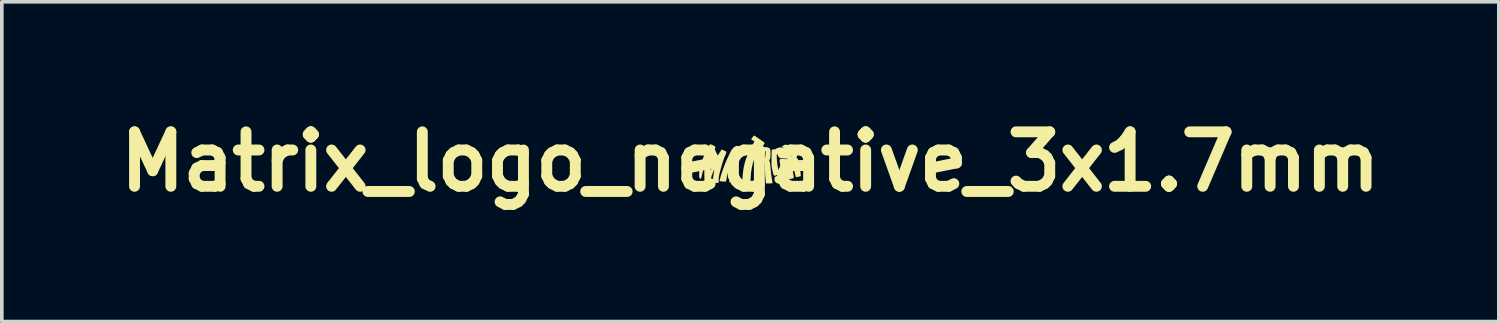
<source format=kicad_pcb>
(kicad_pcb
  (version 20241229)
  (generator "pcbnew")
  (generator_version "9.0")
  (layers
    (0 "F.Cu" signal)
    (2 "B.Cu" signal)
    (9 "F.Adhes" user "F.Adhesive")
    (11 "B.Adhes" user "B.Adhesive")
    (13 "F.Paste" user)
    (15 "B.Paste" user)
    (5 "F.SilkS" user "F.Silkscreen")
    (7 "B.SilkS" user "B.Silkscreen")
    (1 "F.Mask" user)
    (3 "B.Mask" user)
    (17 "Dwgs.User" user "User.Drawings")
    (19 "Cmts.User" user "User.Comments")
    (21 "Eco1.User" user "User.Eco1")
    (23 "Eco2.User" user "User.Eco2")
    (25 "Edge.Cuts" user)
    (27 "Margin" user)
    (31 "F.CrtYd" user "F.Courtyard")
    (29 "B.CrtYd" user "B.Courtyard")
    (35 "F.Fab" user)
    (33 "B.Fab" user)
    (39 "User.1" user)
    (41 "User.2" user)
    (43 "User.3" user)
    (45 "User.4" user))
  (footprint "Matrix_logo_negative_3x1.7mm"
    (layer "F.Cu")
    (at 17.621 1.404)
    (property "Reference" "Matrix_logo_negative_3x1.7mm" (at 0 0 0) (layer "F.SilkS") (effects (font (size 1.5 1.5) (thickness 0.3))))
    (attr board_only exclude_from_pos_files exclude_from_bom)
    (fp_poly (pts (xy 0.768 0.396) (xy 0.792 0.408) (xy 0.816 0.424) (xy 0.834 0.441) (xy 0.852 0.472) (xy 0.86 0.508) (xy 0.856 0.543) (xy 0.843 0.573) (xy 0.82 0.595) (xy 0.817 0.596) (xy 0.791 0.607) (xy 0.768 0.606) (xy 0.741 0.596) (xy 0.736 0.593) (xy 0.701 0.57) (xy 0.68 0.544) (xy 0.669 0.511) (xy 0.666 0.491) (xy 0.666 0.463) (xy 0.669 0.443) (xy 0.678 0.427) (xy 0.68 0.424) (xy 0.696 0.409) (xy 0.71 0.402) (xy 0.711 0.402) (xy 0.729 0.397) (xy 0.734 0.393) (xy 0.747 0.39)) (stroke (width 0) (type solid)) (fill yes) (layer "F.SilkS"))
    (fp_poly (pts (xy 0.111 -0.716) (xy 0.128 -0.709) (xy 0.145 -0.699) (xy 0.155 -0.689) (xy 0.155 -0.687) (xy 0.161 -0.681) (xy 0.164 -0.681) (xy 0.174 -0.676) (xy 0.192 -0.665) (xy 0.215 -0.649) (xy 0.237 -0.633) (xy 0.255 -0.621) (xy 0.263 -0.617) (xy 0.272 -0.612) (xy 0.279 -0.607) (xy 0.302 -0.587) (xy 0.315 -0.578) (xy 0.318 -0.577) (xy 0.329 -0.572) (xy 0.347 -0.56) (xy 0.366 -0.545) (xy 0.383 -0.53) (xy 0.393 -0.518) (xy 0.394 -0.515) (xy 0.39 -0.503) (xy 0.381 -0.484) (xy 0.369 -0.463) (xy 0.358 -0.445) (xy 0.349 -0.435) (xy 0.347 -0.434) (xy 0.338 -0.437) (xy 0.32 -0.446) (xy 0.313 -0.45) (xy 0.298 -0.457) (xy 0.285 -0.461) (xy 0.273 -0.46) (xy 0.262 -0.453) (xy 0.251 -0.438) (xy 0.238 -0.415) (xy 0.223 -0.381) (xy 0.205 -0.336) (xy 0.183 -0.278) (xy 0.164 -0.228) (xy 0.125 -0.122) (xy 0.093 -0.027) (xy 0.067 0.061) (xy 0.047 0.144) (xy 0.032 0.225) (xy 0.02 0.307) (xy 0.013 0.394) (xy 0.008 0.489) (xy 0.006 0.539) (xy 0.002 0.736) (xy -0.113 0.736) (xy -0.228 0.736) (xy -0.223 0.595) (xy -0.217 0.47) (xy -0.208 0.359) (xy -0.197 0.258) (xy -0.182 0.165) (xy -0.163 0.077) (xy -0.141 -0.008) (xy -0.13 -0.044) (xy -0.116 -0.082) (xy -0.096 -0.131) (xy -0.072 -0.188) (xy -0.045 -0.248) (xy -0.016 -0.31) (xy 0.013 -0.37) (xy 0.041 -0.424) (xy 0.065 -0.47) (xy 0.073 -0.483) (xy 0.114 -0.552) (xy 0.091 -0.573) (xy 0.074 -0.586) (xy 0.06 -0.593) (xy 0.058 -0.593) (xy 0.046 -0.598) (xy 0.035 -0.606) (xy 0.028 -0.613) (xy 0.027 -0.621) (xy 0.033 -0.633) (xy 0.047 -0.653) (xy 0.056 -0.665) (xy 0.075 -0.689) (xy 0.09 -0.707) (xy 0.099 -0.716) (xy 0.1 -0.717)) (stroke (width 0) (type solid)) (fill yes) (layer "F.SilkS"))
    (fp_poly (pts (xy -0.354 -0.437) (xy -0.325 -0.43) (xy -0.29 -0.415) (xy -0.255 -0.393) (xy -0.224 -0.368) (xy -0.221 -0.364) (xy -0.206 -0.348) (xy -0.196 -0.337) (xy -0.195 -0.335) (xy -0.198 -0.323) (xy -0.206 -0.3) (xy -0.218 -0.27) (xy -0.231 -0.236) (xy -0.246 -0.203) (xy -0.256 -0.179) (xy -0.27 -0.147) (xy -0.286 -0.104) (xy -0.303 -0.055) (xy -0.319 -0.005) (xy -0.325 0.012) (xy -0.353 0.125) (xy -0.376 0.25) (xy -0.392 0.387) (xy -0.398 0.48) (xy -0.404 0.569) (xy -0.491 0.569) (xy -0.578 0.569) (xy -0.573 0.507) (xy -0.557 0.362) (xy -0.533 0.225) (xy -0.5 0.092) (xy -0.484 0.042) (xy -0.474 0.007) (xy -0.466 -0.023) (xy -0.462 -0.043) (xy -0.462 -0.052) (xy -0.473 -0.059) (xy -0.481 -0.06) (xy -0.489 -0.052) (xy -0.501 -0.031) (xy -0.515 0.001) (xy -0.532 0.043) (xy -0.549 0.093) (xy -0.568 0.149) (xy -0.587 0.208) (xy -0.605 0.27) (xy -0.622 0.331) (xy -0.637 0.391) (xy -0.65 0.447) (xy -0.656 0.478) (xy -0.67 0.549) (xy -0.753 0.547) (xy -0.788 0.545) (xy -0.817 0.542) (xy -0.837 0.539) (xy -0.843 0.537) (xy -0.845 0.526) (xy -0.841 0.501) (xy -0.832 0.464) (xy -0.819 0.416) (xy -0.802 0.36) (xy -0.781 0.296) (xy -0.757 0.226) (xy -0.73 0.151) (xy -0.723 0.133) (xy -0.7 0.073) (xy -0.676 0.013) (xy -0.648 -0.051) (xy -0.615 -0.122) (xy -0.604 -0.146) (xy -0.448 -0.146) (xy -0.443 -0.14) (xy -0.436 -0.139) (xy -0.428 -0.143) (xy -0.418 -0.157) (xy -0.405 -0.181) (xy -0.389 -0.218) (xy -0.379 -0.24) (xy -0.362 -0.284) (xy -0.35 -0.317) (xy -0.344 -0.339) (xy -0.345 -0.348) (xy -0.349 -0.351) (xy -0.352 -0.352) (xy -0.357 -0.347) (xy -0.364 -0.335) (xy -0.375 -0.315) (xy -0.39 -0.283) (xy -0.407 -0.249) (xy -0.427 -0.207) (xy -0.44 -0.177) (xy -0.447 -0.157) (xy -0.448 -0.146) (xy -0.604 -0.146) (xy -0.578 -0.202) (xy -0.534 -0.292) (xy -0.505 -0.339) (xy -0.47 -0.379) (xy -0.432 -0.41) (xy -0.392 -0.43) (xy -0.355 -0.437)) (stroke (width 0) (type solid)) (fill yes) (layer "F.SilkS"))
    (fp_poly (pts (xy 0.44 -0.4) (xy 0.477 -0.395) (xy 0.505 -0.384) (xy 0.527 -0.367) (xy 0.541 -0.352) (xy 0.547 -0.341) (xy 0.552 -0.329) (xy 0.555 -0.311) (xy 0.556 -0.286) (xy 0.557 -0.25) (xy 0.557 -0.22) (xy 0.557 -0.173) (xy 0.555 -0.138) (xy 0.553 -0.113) (xy 0.548 -0.094) (xy 0.542 -0.077) (xy 0.532 -0.057) (xy 0.523 -0.045) (xy 0.52 -0.044) (xy 0.519 -0.038) (xy 0.525 -0.022) (xy 0.529 -0.014) (xy 0.534 -0.001) (xy 0.539 0.017) (xy 0.544 0.043) (xy 0.549 0.077) (xy 0.554 0.123) (xy 0.559 0.181) (xy 0.561 0.203) (xy 0.567 0.263) (xy 0.574 0.325) (xy 0.581 0.384) (xy 0.589 0.437) (xy 0.595 0.479) (xy 0.597 0.489) (xy 0.604 0.527) (xy 0.609 0.559) (xy 0.612 0.581) (xy 0.612 0.592) (xy 0.612 0.593) (xy 0.603 0.595) (xy 0.581 0.597) (xy 0.55 0.599) (xy 0.522 0.6) (xy 0.436 0.602) (xy 0.431 0.577) (xy 0.426 0.543) (xy 0.421 0.495) (xy 0.416 0.436) (xy 0.411 0.367) (xy 0.407 0.29) (xy 0.404 0.209) (xy 0.404 0.191) (xy 0.402 0.132) (xy 0.4 0.088) (xy 0.398 0.055) (xy 0.396 0.033) (xy 0.394 0.019) (xy 0.391 0.012) (xy 0.387 0.009) (xy 0.382 0.008) (xy 0.374 0.01) (xy 0.368 0.015) (xy 0.363 0.027) (xy 0.36 0.047) (xy 0.357 0.076) (xy 0.356 0.117) (xy 0.355 0.171) (xy 0.355 0.204) (xy 0.354 0.263) (xy 0.353 0.327) (xy 0.352 0.391) (xy 0.35 0.448) (xy 0.349 0.48) (xy 0.344 0.601) (xy 0.265 0.601) (xy 0.187 0.601) (xy 0.187 0.428) (xy 0.188 0.362) (xy 0.19 0.295) (xy 0.193 0.232) (xy 0.196 0.178) (xy 0.199 0.149) (xy 0.204 0.112) (xy 0.212 0.063) (xy 0.222 0.006) (xy 0.234 -0.057) (xy 0.241 -0.096) (xy 0.383 -0.096) (xy 0.387 -0.087) (xy 0.395 -0.089) (xy 0.4 -0.094) (xy 0.407 -0.109) (xy 0.413 -0.14) (xy 0.418 -0.184) (xy 0.421 -0.22) (xy 0.425 -0.251) (xy 0.428 -0.274) (xy 0.43 -0.281) (xy 0.432 -0.295) (xy 0.425 -0.298) (xy 0.419 -0.293) (xy 0.412 -0.275) (xy 0.404 -0.244) (xy 0.396 -0.199) (xy 0.387 -0.15) (xy 0.383 -0.116) (xy 0.383 -0.096) (xy 0.241 -0.096) (xy 0.246 -0.121) (xy 0.259 -0.185) (xy 0.272 -0.245) (xy 0.284 -0.298) (xy 0.294 -0.34) (xy 0.3 -0.362) (xy 0.311 -0.398) (xy 0.39 -0.4)) (stroke (width 0) (type solid)) (fill yes) (layer "F.SilkS"))
    (fp_poly (pts (xy -1.094 -0.478) (xy -1.073 -0.47) (xy -1.047 -0.459) (xy -1.019 -0.445) (xy -0.992 -0.431) (xy -0.971 -0.419) (xy -0.96 -0.41) (xy -0.959 -0.408) (xy -0.961 -0.398) (xy -0.968 -0.376) (xy -0.977 -0.344) (xy -0.989 -0.307) (xy -0.991 -0.3) (xy -1.02 -0.207) (xy -1.044 -0.118) (xy -1.064 -0.033) (xy -1.079 0.044) (xy -1.089 0.111) (xy -1.093 0.167) (xy -1.093 0.191) (xy -1.091 0.246) (xy -1.064 0.175) (xy -1.043 0.126) (xy -1.017 0.067) (xy -0.985 0.002) (xy -0.951 -0.065) (xy -0.916 -0.13) (xy -0.883 -0.189) (xy -0.852 -0.239) (xy -0.846 -0.249) (xy -0.825 -0.281) (xy -0.807 -0.308) (xy -0.794 -0.327) (xy -0.788 -0.336) (xy -0.788 -0.337) (xy -0.781 -0.335) (xy -0.763 -0.327) (xy -0.74 -0.316) (xy -0.714 -0.304) (xy -0.691 -0.292) (xy -0.675 -0.282) (xy -0.675 -0.282) (xy -0.661 -0.271) (xy -0.657 -0.261) (xy -0.66 -0.25) (xy -0.668 -0.229) (xy -0.679 -0.2) (xy -0.685 -0.186) (xy -0.714 -0.116) (xy -0.741 -0.042) (xy -0.768 0.039) (xy -0.795 0.13) (xy -0.823 0.232) (xy -0.843 0.31) (xy -0.856 0.36) (xy -0.864 0.401) (xy -0.869 0.436) (xy -0.871 0.471) (xy -0.872 0.503) (xy -0.872 0.585) (xy -0.955 0.585) (xy -1.039 0.585) (xy -1.039 0.556) (xy -1.038 0.54) (xy -1.034 0.511) (xy -1.029 0.472) (xy -1.023 0.427) (xy -1.016 0.378) (xy -1.009 0.329) (xy -1.002 0.282) (xy -0.995 0.241) (xy -0.993 0.225) (xy -0.994 0.219) (xy -0.999 0.226) (xy -1.008 0.244) (xy -1.019 0.272) (xy -1.032 0.304) (xy -1.045 0.338) (xy -1.058 0.371) (xy -1.068 0.399) (xy -1.073 0.418) (xy -1.081 0.45) (xy -1.089 0.489) (xy -1.093 0.516) (xy -1.098 0.544) (xy -1.102 0.564) (xy -1.104 0.574) (xy -1.104 0.574) (xy -1.113 0.574) (xy -1.134 0.573) (xy -1.161 0.571) (xy -1.192 0.568) (xy -1.221 0.564) (xy -1.245 0.561) (xy -1.259 0.558) (xy -1.26 0.557) (xy -1.262 0.548) (xy -1.263 0.525) (xy -1.264 0.491) (xy -1.265 0.446) (xy -1.265 0.394) (xy -1.266 0.337) (xy -1.266 0.326) (xy -1.266 0.268) (xy -1.266 0.216) (xy -1.266 0.171) (xy -1.266 0.136) (xy -1.267 0.112) (xy -1.267 0.102) (xy -1.267 0.102) (xy -1.269 0.11) (xy -1.274 0.13) (xy -1.282 0.161) (xy -1.292 0.199) (xy -1.302 0.242) (xy -1.313 0.288) (xy -1.324 0.332) (xy -1.334 0.374) (xy -1.343 0.41) (xy -1.35 0.438) (xy -1.353 0.454) (xy -1.354 0.456) (xy -1.359 0.47) (xy -1.367 0.472) (xy -1.382 0.462) (xy -1.389 0.456) (xy -1.397 0.449) (xy -1.403 0.441) (xy -1.406 0.429) (xy -1.408 0.411) (xy -1.408 0.382) (xy -1.408 0.342) (xy -1.408 0.335) (xy -1.407 0.29) (xy -1.405 0.254) (xy -1.401 0.223) (xy -1.394 0.191) (xy -1.384 0.152) (xy -1.378 0.131) (xy -1.349 0.036) (xy -1.32 -0.048) (xy -1.29 -0.126) (xy -1.257 -0.202) (xy -1.244 -0.231) (xy -1.218 -0.285) (xy -1.192 -0.336) (xy -1.168 -0.382) (xy -1.146 -0.422) (xy -1.127 -0.452) (xy -1.113 -0.472) (xy -1.105 -0.479)) (stroke (width 0) (type solid)) (fill yes) (layer "F.SilkS"))
    (fp_poly (pts (xy 1.063 -0.458) (xy 1.119 -0.454) (xy 1.162 -0.45) (xy 1.193 -0.446) (xy 1.214 -0.442) (xy 1.228 -0.437) (xy 1.237 -0.431) (xy 1.242 -0.423) (xy 1.246 -0.413) (xy 1.249 -0.407) (xy 1.266 -0.353) (xy 1.28 -0.298) (xy 1.289 -0.247) (xy 1.292 -0.201) (xy 1.291 -0.163) (xy 1.283 -0.137) (xy 1.281 -0.133) (xy 1.275 -0.122) (xy 1.275 -0.112) (xy 1.285 -0.099) (xy 1.296 -0.087) (xy 1.315 -0.063) (xy 1.329 -0.034) (xy 1.332 -0.026) (xy 1.337 -0.005) (xy 1.343 0.027) (xy 1.35 0.07) (xy 1.358 0.118) (xy 1.366 0.17) (xy 1.373 0.221) (xy 1.38 0.269) (xy 1.385 0.311) (xy 1.389 0.343) (xy 1.39 0.358) (xy 1.393 0.398) (xy 1.328 0.415) (xy 1.294 0.423) (xy 1.273 0.427) (xy 1.26 0.426) (xy 1.254 0.422) (xy 1.251 0.413) (xy 1.245 0.391) (xy 1.238 0.357) (xy 1.228 0.316) (xy 1.218 0.269) (xy 1.207 0.218) (xy 1.196 0.166) (xy 1.185 0.116) (xy 1.176 0.07) (xy 1.168 0.03) (xy 1.162 -0.001) (xy 1.159 -0.021) (xy 1.158 -0.027) (xy 1.154 -0.026) (xy 1.151 -0.023) (xy 1.148 -0.012) (xy 1.148 0.014) (xy 1.15 0.051) (xy 1.154 0.098) (xy 1.159 0.153) (xy 1.167 0.214) (xy 1.176 0.279) (xy 1.179 0.297) (xy 1.185 0.341) (xy 1.191 0.381) (xy 1.195 0.413) (xy 1.197 0.435) (xy 1.198 0.441) (xy 1.195 0.451) (xy 1.183 0.458) (xy 1.159 0.464) (xy 1.152 0.466) (xy 1.124 0.471) (xy 1.101 0.476) (xy 1.091 0.478) (xy 1.076 0.476) (xy 1.051 0.465) (xy 1.018 0.449) (xy 0.996 0.436) (xy 0.916 0.39) (xy 0.89 0.298) (xy 0.875 0.25) (xy 0.859 0.195) (xy 0.843 0.142) (xy 0.835 0.117) (xy 0.818 0.056) (xy 0.809 0.006) (xy 0.807 -0.032) (xy 0.813 -0.059) (xy 0.817 -0.065) (xy 0.823 -0.07) (xy 0.833 -0.073) (xy 0.85 -0.075) (xy 0.877 -0.075) (xy 0.915 -0.073) (xy 0.935 -0.072) (xy 0.98 -0.07) (xy 1.011 -0.07) (xy 1.029 -0.071) (xy 1.035 -0.073) (xy 1.034 -0.075) (xy 1.023 -0.079) (xy 0.999 -0.083) (xy 0.965 -0.087) (xy 0.927 -0.089) (xy 0.877 -0.092) (xy 0.841 -0.096) (xy 0.814 -0.104) (xy 0.795 -0.115) (xy 0.781 -0.132) (xy 0.768 -0.156) (xy 0.763 -0.168) (xy 0.751 -0.192) (xy 0.741 -0.209) (xy 0.735 -0.214) (xy 0.735 -0.214) (xy 0.731 -0.204) (xy 0.729 -0.18) (xy 0.729 -0.144) (xy 0.73 -0.1) (xy 0.733 -0.048) (xy 0.736 -0.008) (xy 0.745 0.072) (xy 0.759 0.16) (xy 0.778 0.252) (xy 0.79 0.301) (xy 0.797 0.334) (xy 0.797 0.354) (xy 0.788 0.365) (xy 0.768 0.369) (xy 0.742 0.37) (xy 0.719 0.372) (xy 0.708 0.376) (xy 0.708 0.378) (xy 0.705 0.383) (xy 0.688 0.386) (xy 0.682 0.386) (xy 0.669 0.386) (xy 0.659 0.383) (xy 0.65 0.377) (xy 0.643 0.365) (xy 0.635 0.346) (xy 0.627 0.317) (xy 0.618 0.277) (xy 0.606 0.225) (xy 0.6 0.195) (xy 0.592 0.153) (xy 0.587 0.114) (xy 0.584 0.073) (xy 0.583 0.023) (xy 0.583 -0.004) (xy 0.584 -0.096) (xy 0.586 -0.172) (xy 0.587 -0.233) (xy 0.589 -0.279) (xy 0.592 -0.31) (xy 0.595 -0.326) (xy 0.595 -0.328) (xy 0.607 -0.334) (xy 0.631 -0.338) (xy 0.646 -0.338) (xy 0.677 -0.34) (xy 0.696 -0.346) (xy 0.7 -0.349) (xy 0.711 -0.357) (xy 0.733 -0.368) (xy 0.757 -0.377) (xy 0.775 -0.384) (xy 0.79 -0.388) (xy 0.806 -0.391) (xy 0.825 -0.391) (xy 0.851 -0.39) (xy 0.887 -0.387) (xy 0.934 -0.383) (xy 0.939 -0.383) (xy 0.984 -0.378) (xy 1.023 -0.374) (xy 1.054 -0.37) (xy 1.073 -0.366) (xy 1.079 -0.364) (xy 1.082 -0.354) (xy 1.087 -0.332) (xy 1.093 -0.301) (xy 1.098 -0.273) (xy 1.107 -0.221) (xy 1.115 -0.18) (xy 1.122 -0.151) (xy 1.127 -0.135) (xy 1.131 -0.133) (xy 1.132 -0.143) (xy 1.13 -0.164) (xy 1.127 -0.195) (xy 1.123 -0.23) (xy 1.117 -0.266) (xy 1.111 -0.3) (xy 1.106 -0.324) (xy 1.101 -0.344) (xy 1.096 -0.359) (xy 1.09 -0.37) (xy 1.079 -0.377) (xy 1.06 -0.382) (xy 1.033 -0.386) (xy 0.994 -0.391) (xy 0.957 -0.395) (xy 0.921 -0.399) (xy 0.891 -0.403) (xy 0.871 -0.407) (xy 0.864 -0.41) (xy 0.87 -0.416) (xy 0.887 -0.427) (xy 0.909 -0.441) (xy 0.955 -0.468)) (stroke (width 0) (type solid)) (fill yes) (layer "F.SilkS")))
  (gr_rect
    (start -3 -3)
    (end 38.243 5.808)
    (stroke (width 0.1) (type default))
    (fill no)
    (layer "Edge.Cuts")))
</source>
